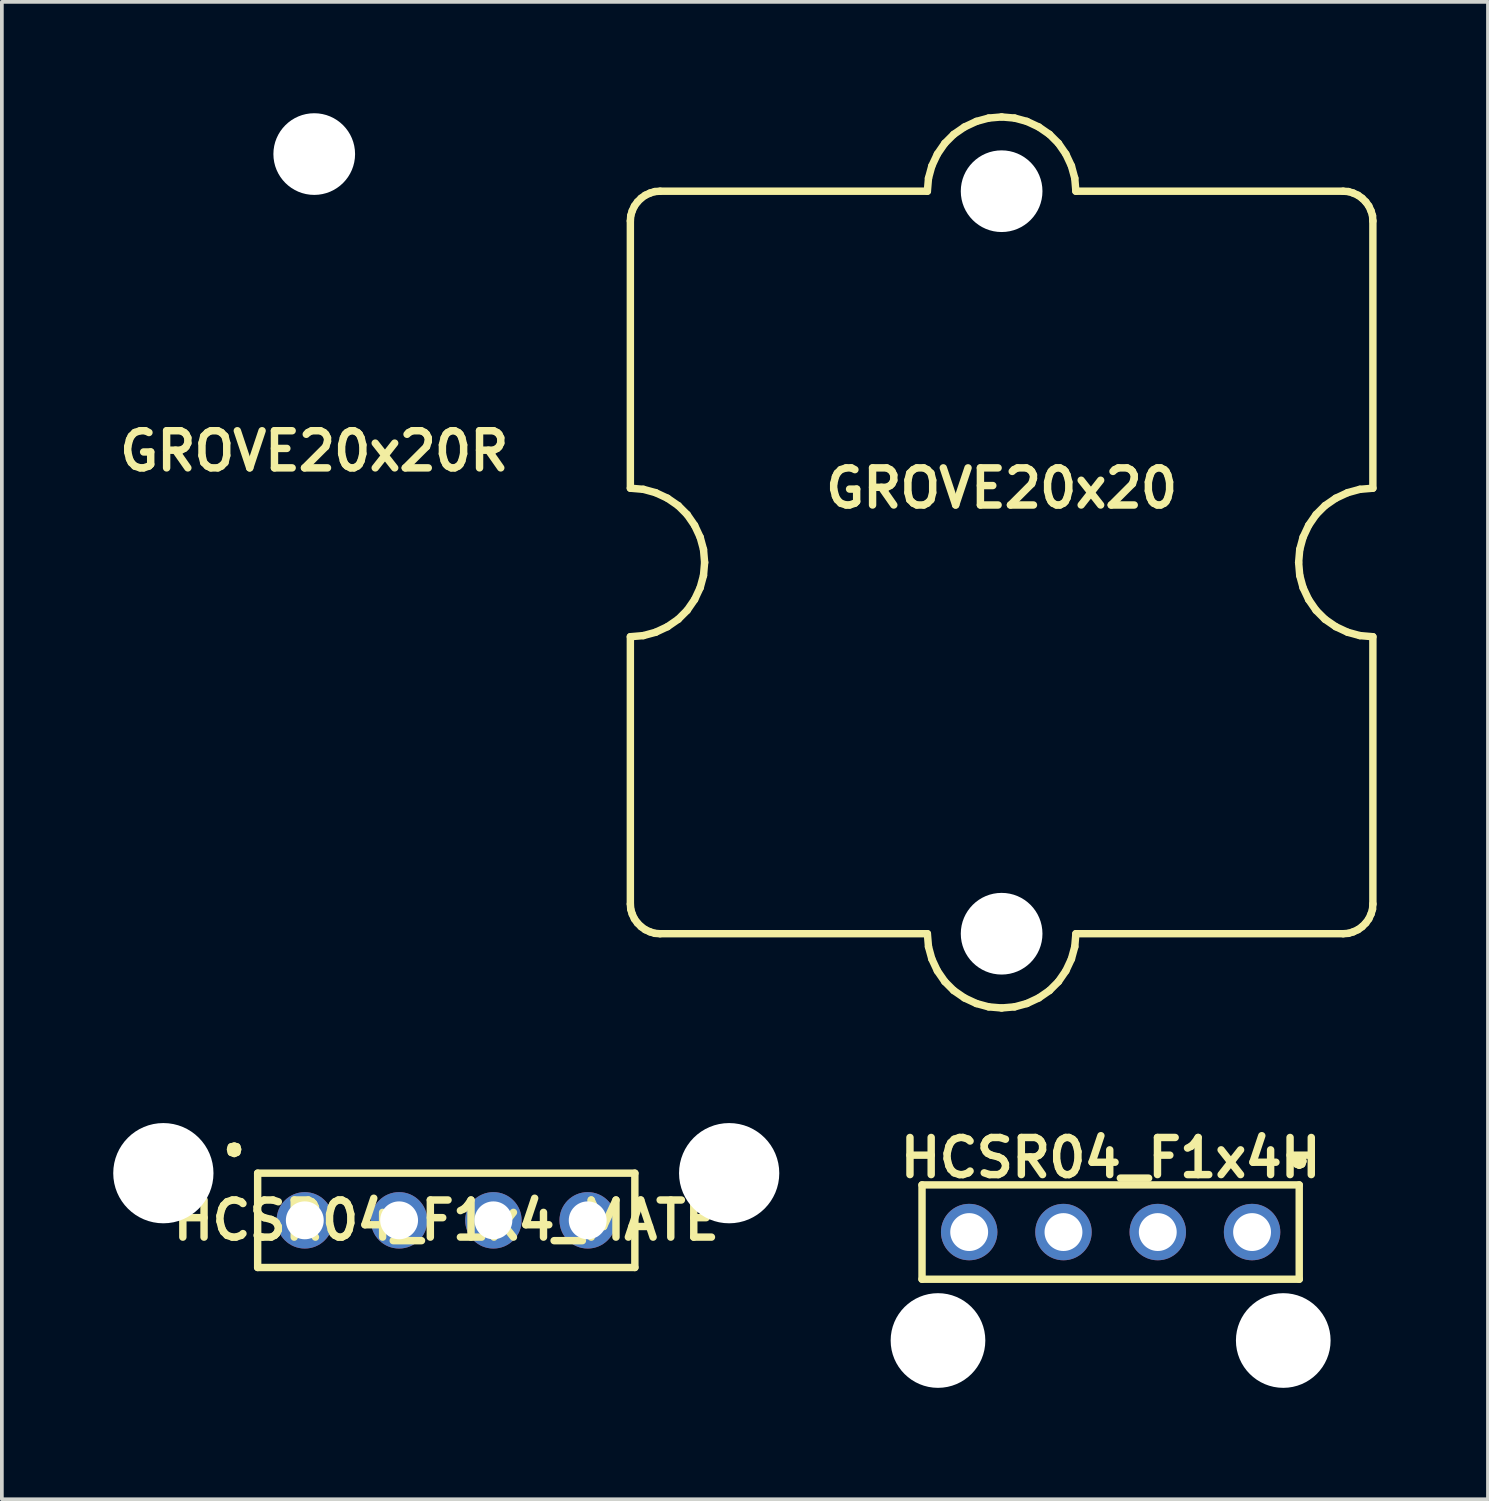
<source format=kicad_pcb>
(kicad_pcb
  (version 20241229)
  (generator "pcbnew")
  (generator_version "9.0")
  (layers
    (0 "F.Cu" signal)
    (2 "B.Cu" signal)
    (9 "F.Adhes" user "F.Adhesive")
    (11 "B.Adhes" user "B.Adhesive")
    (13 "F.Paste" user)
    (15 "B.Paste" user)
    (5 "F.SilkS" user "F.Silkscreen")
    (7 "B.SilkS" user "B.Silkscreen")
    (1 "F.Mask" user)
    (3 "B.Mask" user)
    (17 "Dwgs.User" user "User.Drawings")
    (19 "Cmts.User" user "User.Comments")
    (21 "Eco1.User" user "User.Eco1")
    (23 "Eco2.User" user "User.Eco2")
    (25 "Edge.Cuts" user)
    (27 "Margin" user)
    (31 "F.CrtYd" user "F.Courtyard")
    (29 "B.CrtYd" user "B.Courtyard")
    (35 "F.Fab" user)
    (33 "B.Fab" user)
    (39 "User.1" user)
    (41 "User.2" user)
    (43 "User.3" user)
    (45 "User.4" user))
  (footprint "HCSR04_F1x4H"
    (layer "F.Cu")
    (at 26.865 30.136)
    (property "Reference" "HCSR04_F1x4H" (at 0 -2 0) (layer "F.SilkS") (effects (font (size 1 1) (thickness 0.2))))
    (attr through_hole)
    (fp_line (start -5.08 -1.27) (end 5.08 -1.27) (stroke (width 0.2) (type solid)) (layer "F.SilkS"))
    (fp_line (start -5.08 1.27) (end -5.08 -1.27) (stroke (width 0.2) (type solid)) (layer "F.SilkS"))
    (fp_line (start 4.98 -1.91) (end 5.01 -1.83) (stroke (width 0.2) (type solid)) (layer "F.SilkS"))
    (fp_line (start 5.01 -1.98) (end 4.98 -1.91) (stroke (width 0.2) (type solid)) (layer "F.SilkS"))
    (fp_line (start 5.01 -1.83) (end 5.08 -1.8) (stroke (width 0.2) (type solid)) (layer "F.SilkS"))
    (fp_line (start 5.08 -2) (end 5.01 -1.98) (stroke (width 0.2) (type solid)) (layer "F.SilkS"))
    (fp_line (start 5.08 -1.8) (end 5.15 -1.83) (stroke (width 0.2) (type solid)) (layer "F.SilkS"))
    (fp_line (start 5.08 -1.27) (end 5.08 1.27) (stroke (width 0.2) (type solid)) (layer "F.SilkS"))
    (fp_line (start 5.08 1.27) (end -5.08 1.27) (stroke (width 0.2) (type solid)) (layer "F.SilkS"))
    (fp_line (start 5.15 -1.98) (end 5.08 -2) (stroke (width 0.2) (type solid)) (layer "F.SilkS"))
    (fp_line (start 5.15 -1.83) (end 5.18 -1.91) (stroke (width 0.2) (type solid)) (layer "F.SilkS"))
    (fp_line (start 5.18 -1.91) (end 5.15 -1.98) (stroke (width 0.2) (type solid)) (layer "F.SilkS"))
    (pad "" np_thru_hole circle (at -4.65 2.921) (size 2.55 2.55) (drill 2.55) (layers "*.Cu" "*.Mask"))
    (pad "" np_thru_hole circle (at 4.65 2.921) (size 2.55 2.55) (drill 2.55) (layers "*.Cu" "*.Mask"))
    (pad "1" thru_hole circle (at 3.81 0) (size 1.52 1.52) (drill 1.02) (layers "*.Cu" "*.Mask"))
    (pad "2" thru_hole circle (at 1.27 0) (size 1.52 1.52) (drill 1.02) (layers "*.Cu" "*.Mask"))
    (pad "3" thru_hole circle (at -1.27 0) (size 1.52 1.52) (drill 1.02) (layers "*.Cu" "*.Mask"))
    (pad "4" thru_hole circle (at -3.81 0) (size 1.52 1.52) (drill 1.02) (layers "*.Cu" "*.Mask")))
  (footprint "GROVE20x20R"
    (layer "F.Cu")
    (at 5.414 11.1)
    (property "Reference" "GROVE20x20R" (at 0 -2 0) (layer "F.SilkS") (effects (font (size 1 1) (thickness 0.2))))
    (attr through_hole)
    (pad "" np_thru_hole circle (at 0 -10) (size 2.2 2.2) (drill 2.2) (layers "*.Cu" "*.Mask")))
  (footprint "GROVE20x20"
    (layer "F.Cu")
    (at 23.929 12.1)
    (property "Reference" "GROVE20x20" (at 0 -2 0) (layer "F.SilkS") (effects (font (size 1 1) (thickness 0.2))))
    (attr through_hole)
    (fp_line (start -10 -9.2) (end -9.99 -9.34) (stroke (width 0.2) (type solid)) (layer "F.SilkS"))
    (fp_line (start -10 -2) (end -10 -9.2) (stroke (width 0.2) (type solid)) (layer "F.SilkS"))
    (fp_line (start -10 2) (end -9.65 1.97) (stroke (width 0.2) (type solid)) (layer "F.SilkS"))
    (fp_line (start -10 9.2) (end -10 2) (stroke (width 0.2) (type solid)) (layer "F.SilkS"))
    (fp_line (start -9.99 -9.34) (end -9.95 -9.47) (stroke (width 0.2) (type solid)) (layer "F.SilkS"))
    (fp_line (start -9.99 9.34) (end -10 9.2) (stroke (width 0.2) (type solid)) (layer "F.SilkS"))
    (fp_line (start -9.95 -9.47) (end -9.89 -9.6) (stroke (width 0.2) (type solid)) (layer "F.SilkS"))
    (fp_line (start -9.95 9.47) (end -9.99 9.34) (stroke (width 0.2) (type solid)) (layer "F.SilkS"))
    (fp_line (start -9.89 -9.6) (end -9.81 -9.71) (stroke (width 0.2) (type solid)) (layer "F.SilkS"))
    (fp_line (start -9.89 9.6) (end -9.95 9.47) (stroke (width 0.2) (type solid)) (layer "F.SilkS"))
    (fp_line (start -9.81 -9.71) (end -9.71 -9.81) (stroke (width 0.2) (type solid)) (layer "F.SilkS"))
    (fp_line (start -9.81 9.71) (end -9.89 9.6) (stroke (width 0.2) (type solid)) (layer "F.SilkS"))
    (fp_line (start -9.71 -9.81) (end -9.6 -9.89) (stroke (width 0.2) (type solid)) (layer "F.SilkS"))
    (fp_line (start -9.71 9.81) (end -9.81 9.71) (stroke (width 0.2) (type solid)) (layer "F.SilkS"))
    (fp_line (start -9.65 -1.97) (end -10 -2) (stroke (width 0.2) (type solid)) (layer "F.SilkS"))
    (fp_line (start -9.65 1.97) (end -9.32 1.88) (stroke (width 0.2) (type solid)) (layer "F.SilkS"))
    (fp_line (start -9.6 -9.89) (end -9.47 -9.95) (stroke (width 0.2) (type solid)) (layer "F.SilkS"))
    (fp_line (start -9.6 9.89) (end -9.71 9.81) (stroke (width 0.2) (type solid)) (layer "F.SilkS"))
    (fp_line (start -9.47 -9.95) (end -9.34 -9.99) (stroke (width 0.2) (type solid)) (layer "F.SilkS"))
    (fp_line (start -9.47 9.95) (end -9.6 9.89) (stroke (width 0.2) (type solid)) (layer "F.SilkS"))
    (fp_line (start -9.34 -9.99) (end -9.2 -10) (stroke (width 0.2) (type solid)) (layer "F.SilkS"))
    (fp_line (start -9.34 9.99) (end -9.47 9.95) (stroke (width 0.2) (type solid)) (layer "F.SilkS"))
    (fp_line (start -9.32 -1.88) (end -9.65 -1.97) (stroke (width 0.2) (type solid)) (layer "F.SilkS"))
    (fp_line (start -9.32 1.88) (end -9 1.73) (stroke (width 0.2) (type solid)) (layer "F.SilkS"))
    (fp_line (start -9.2 -10) (end -2 -10) (stroke (width 0.2) (type solid)) (layer "F.SilkS"))
    (fp_line (start -9.2 10) (end -9.34 9.99) (stroke (width 0.2) (type solid)) (layer "F.SilkS"))
    (fp_line (start -9 -1.73) (end -9.32 -1.88) (stroke (width 0.2) (type solid)) (layer "F.SilkS"))
    (fp_line (start -9 1.73) (end -8.71 1.53) (stroke (width 0.2) (type solid)) (layer "F.SilkS"))
    (fp_line (start -8.71 -1.53) (end -9 -1.73) (stroke (width 0.2) (type solid)) (layer "F.SilkS"))
    (fp_line (start -8.71 1.53) (end -8.47 1.29) (stroke (width 0.2) (type solid)) (layer "F.SilkS"))
    (fp_line (start -8.47 -1.29) (end -8.71 -1.53) (stroke (width 0.2) (type solid)) (layer "F.SilkS"))
    (fp_line (start -8.47 1.29) (end -8.27 1) (stroke (width 0.2) (type solid)) (layer "F.SilkS"))
    (fp_line (start -8.27 -1) (end -8.47 -1.29) (stroke (width 0.2) (type solid)) (layer "F.SilkS"))
    (fp_line (start -8.27 1) (end -8.12 0.68) (stroke (width 0.2) (type solid)) (layer "F.SilkS"))
    (fp_line (start -8.12 -0.68) (end -8.27 -1) (stroke (width 0.2) (type solid)) (layer "F.SilkS"))
    (fp_line (start -8.12 0.68) (end -8.03 0.35) (stroke (width 0.2) (type solid)) (layer "F.SilkS"))
    (fp_line (start -8.03 -0.35) (end -8.12 -0.68) (stroke (width 0.2) (type solid)) (layer "F.SilkS"))
    (fp_line (start -8.03 0.35) (end -8 0) (stroke (width 0.2) (type solid)) (layer "F.SilkS"))
    (fp_line (start -8 0) (end -8.03 -0.35) (stroke (width 0.2) (type solid)) (layer "F.SilkS"))
    (fp_line (start -2 -10) (end -1.97 -10.35) (stroke (width 0.2) (type solid)) (layer "F.SilkS"))
    (fp_line (start -2 10) (end -9.2 10) (stroke (width 0.2) (type solid)) (layer "F.SilkS"))
    (fp_line (start -1.97 -10.35) (end -1.88 -10.68) (stroke (width 0.2) (type solid)) (layer "F.SilkS"))
    (fp_line (start -1.97 10.35) (end -2 10) (stroke (width 0.2) (type solid)) (layer "F.SilkS"))
    (fp_line (start -1.88 -10.68) (end -1.73 -11) (stroke (width 0.2) (type solid)) (layer "F.SilkS"))
    (fp_line (start -1.88 10.68) (end -1.97 10.35) (stroke (width 0.2) (type solid)) (layer "F.SilkS"))
    (fp_line (start -1.73 -11) (end -1.53 -11.29) (stroke (width 0.2) (type solid)) (layer "F.SilkS"))
    (fp_line (start -1.73 11) (end -1.88 10.68) (stroke (width 0.2) (type solid)) (layer "F.SilkS"))
    (fp_line (start -1.53 -11.29) (end -1.29 -11.53) (stroke (width 0.2) (type solid)) (layer "F.SilkS"))
    (fp_line (start -1.53 11.29) (end -1.73 11) (stroke (width 0.2) (type solid)) (layer "F.SilkS"))
    (fp_line (start -1.29 -11.53) (end -1 -11.73) (stroke (width 0.2) (type solid)) (layer "F.SilkS"))
    (fp_line (start -1.29 11.53) (end -1.53 11.29) (stroke (width 0.2) (type solid)) (layer "F.SilkS"))
    (fp_line (start -1 -11.73) (end -0.68 -11.88) (stroke (width 0.2) (type solid)) (layer "F.SilkS"))
    (fp_line (start -1 11.73) (end -1.29 11.53) (stroke (width 0.2) (type solid)) (layer "F.SilkS"))
    (fp_line (start -0.68 -11.88) (end -0.35 -11.97) (stroke (width 0.2) (type solid)) (layer "F.SilkS"))
    (fp_line (start -0.68 11.88) (end -1 11.73) (stroke (width 0.2) (type solid)) (layer "F.SilkS"))
    (fp_line (start -0.35 -11.97) (end 0 -12) (stroke (width 0.2) (type solid)) (layer "F.SilkS"))
    (fp_line (start -0.35 11.97) (end -0.68 11.88) (stroke (width 0.2) (type solid)) (layer "F.SilkS"))
    (fp_line (start 0 -12) (end 0.35 -11.97) (stroke (width 0.2) (type solid)) (layer "F.SilkS"))
    (fp_line (start 0 12) (end -0.35 11.97) (stroke (width 0.2) (type solid)) (layer "F.SilkS"))
    (fp_line (start 0.35 -11.97) (end 0.68 -11.88) (stroke (width 0.2) (type solid)) (layer "F.SilkS"))
    (fp_line (start 0.35 11.97) (end 0 12) (stroke (width 0.2) (type solid)) (layer "F.SilkS"))
    (fp_line (start 0.68 -11.88) (end 1 -11.73) (stroke (width 0.2) (type solid)) (layer "F.SilkS"))
    (fp_line (start 0.68 11.88) (end 0.35 11.97) (stroke (width 0.2) (type solid)) (layer "F.SilkS"))
    (fp_line (start 1 -11.73) (end 1.29 -11.53) (stroke (width 0.2) (type solid)) (layer "F.SilkS"))
    (fp_line (start 1 11.73) (end 0.68 11.88) (stroke (width 0.2) (type solid)) (layer "F.SilkS"))
    (fp_line (start 1.29 -11.53) (end 1.53 -11.29) (stroke (width 0.2) (type solid)) (layer "F.SilkS"))
    (fp_line (start 1.29 11.53) (end 1 11.73) (stroke (width 0.2) (type solid)) (layer "F.SilkS"))
    (fp_line (start 1.53 -11.29) (end 1.73 -11) (stroke (width 0.2) (type solid)) (layer "F.SilkS"))
    (fp_line (start 1.53 11.29) (end 1.29 11.53) (stroke (width 0.2) (type solid)) (layer "F.SilkS"))
    (fp_line (start 1.73 -11) (end 1.88 -10.68) (stroke (width 0.2) (type solid)) (layer "F.SilkS"))
    (fp_line (start 1.73 11) (end 1.53 11.29) (stroke (width 0.2) (type solid)) (layer "F.SilkS"))
    (fp_line (start 1.88 -10.68) (end 1.97 -10.35) (stroke (width 0.2) (type solid)) (layer "F.SilkS"))
    (fp_line (start 1.88 10.68) (end 1.73 11) (stroke (width 0.2) (type solid)) (layer "F.SilkS"))
    (fp_line (start 1.97 -10.35) (end 2 -10) (stroke (width 0.2) (type solid)) (layer "F.SilkS"))
    (fp_line (start 1.97 10.35) (end 1.88 10.68) (stroke (width 0.2) (type solid)) (layer "F.SilkS"))
    (fp_line (start 2 -10) (end 9.2 -10) (stroke (width 0.2) (type solid)) (layer "F.SilkS"))
    (fp_line (start 2 10) (end 1.97 10.35) (stroke (width 0.2) (type solid)) (layer "F.SilkS"))
    (fp_line (start 8 0) (end 8.03 0.35) (stroke (width 0.2) (type solid)) (layer "F.SilkS"))
    (fp_line (start 8.03 -0.35) (end 8 0) (stroke (width 0.2) (type solid)) (layer "F.SilkS"))
    (fp_line (start 8.03 0.35) (end 8.12 0.68) (stroke (width 0.2) (type solid)) (layer "F.SilkS"))
    (fp_line (start 8.12 -0.68) (end 8.03 -0.35) (stroke (width 0.2) (type solid)) (layer "F.SilkS"))
    (fp_line (start 8.12 0.68) (end 8.27 1) (stroke (width 0.2) (type solid)) (layer "F.SilkS"))
    (fp_line (start 8.27 -1) (end 8.12 -0.68) (stroke (width 0.2) (type solid)) (layer "F.SilkS"))
    (fp_line (start 8.27 1) (end 8.47 1.29) (stroke (width 0.2) (type solid)) (layer "F.SilkS"))
    (fp_line (start 8.47 -1.29) (end 8.27 -1) (stroke (width 0.2) (type solid)) (layer "F.SilkS"))
    (fp_line (start 8.47 1.29) (end 8.71 1.53) (stroke (width 0.2) (type solid)) (layer "F.SilkS"))
    (fp_line (start 8.71 -1.53) (end 8.47 -1.29) (stroke (width 0.2) (type solid)) (layer "F.SilkS"))
    (fp_line (start 8.71 1.53) (end 9 1.73) (stroke (width 0.2) (type solid)) (layer "F.SilkS"))
    (fp_line (start 9 -1.73) (end 8.71 -1.53) (stroke (width 0.2) (type solid)) (layer "F.SilkS"))
    (fp_line (start 9 1.73) (end 9.32 1.88) (stroke (width 0.2) (type solid)) (layer "F.SilkS"))
    (fp_line (start 9.2 -10) (end 9.34 -9.99) (stroke (width 0.2) (type solid)) (layer "F.SilkS"))
    (fp_line (start 9.2 10) (end 2 10) (stroke (width 0.2) (type solid)) (layer "F.SilkS"))
    (fp_line (start 9.32 -1.88) (end 9 -1.73) (stroke (width 0.2) (type solid)) (layer "F.SilkS"))
    (fp_line (start 9.32 1.88) (end 9.65 1.97) (stroke (width 0.2) (type solid)) (layer "F.SilkS"))
    (fp_line (start 9.34 -9.99) (end 9.47 -9.95) (stroke (width 0.2) (type solid)) (layer "F.SilkS"))
    (fp_line (start 9.34 9.99) (end 9.2 10) (stroke (width 0.2) (type solid)) (layer "F.SilkS"))
    (fp_line (start 9.47 -9.95) (end 9.6 -9.89) (stroke (width 0.2) (type solid)) (layer "F.SilkS"))
    (fp_line (start 9.47 9.95) (end 9.34 9.99) (stroke (width 0.2) (type solid)) (layer "F.SilkS"))
    (fp_line (start 9.6 -9.89) (end 9.71 -9.81) (stroke (width 0.2) (type solid)) (layer "F.SilkS"))
    (fp_line (start 9.6 9.89) (end 9.47 9.95) (stroke (width 0.2) (type solid)) (layer "F.SilkS"))
    (fp_line (start 9.65 -1.97) (end 9.32 -1.88) (stroke (width 0.2) (type solid)) (layer "F.SilkS"))
    (fp_line (start 9.65 1.97) (end 10 2) (stroke (width 0.2) (type solid)) (layer "F.SilkS"))
    (fp_line (start 9.71 -9.81) (end 9.81 -9.71) (stroke (width 0.2) (type solid)) (layer "F.SilkS"))
    (fp_line (start 9.71 9.81) (end 9.6 9.89) (stroke (width 0.2) (type solid)) (layer "F.SilkS"))
    (fp_line (start 9.81 -9.71) (end 9.89 -9.6) (stroke (width 0.2) (type solid)) (layer "F.SilkS"))
    (fp_line (start 9.81 9.71) (end 9.71 9.81) (stroke (width 0.2) (type solid)) (layer "F.SilkS"))
    (fp_line (start 9.89 -9.6) (end 9.95 -9.47) (stroke (width 0.2) (type solid)) (layer "F.SilkS"))
    (fp_line (start 9.89 9.6) (end 9.81 9.71) (stroke (width 0.2) (type solid)) (layer "F.SilkS"))
    (fp_line (start 9.95 -9.47) (end 9.99 -9.34) (stroke (width 0.2) (type solid)) (layer "F.SilkS"))
    (fp_line (start 9.95 9.47) (end 9.89 9.6) (stroke (width 0.2) (type solid)) (layer "F.SilkS"))
    (fp_line (start 9.99 -9.34) (end 10 -9.2) (stroke (width 0.2) (type solid)) (layer "F.SilkS"))
    (fp_line (start 9.99 9.34) (end 9.95 9.47) (stroke (width 0.2) (type solid)) (layer "F.SilkS"))
    (fp_line (start 10 -9.2) (end 10 -2) (stroke (width 0.2) (type solid)) (layer "F.SilkS"))
    (fp_line (start 10 -2) (end 9.65 -1.97) (stroke (width 0.2) (type solid)) (layer "F.SilkS"))
    (fp_line (start 10 2) (end 10 9.2) (stroke (width 0.2) (type solid)) (layer "F.SilkS"))
    (fp_line (start 10 9.2) (end 9.99 9.34) (stroke (width 0.2) (type solid)) (layer "F.SilkS"))
    (pad "" np_thru_hole circle (at 0 -10) (size 2.2 2.2) (drill 2.2) (layers "*.Cu" "*.Mask"))
    (pad "" np_thru_hole circle (at 0 10) (size 2.2 2.2) (drill 2.2) (layers "*.Cu" "*.Mask")))
  (footprint "HCSR04_F1x4_MATE"
    (layer "F.Cu")
    (at 8.97 29.82)
    (property "Reference" "HCSR04_F1x4_MATE" (at 0 0 0) (layer "F.SilkS") (effects (font (size 1 1) (thickness 0.2))))
    (attr through_hole)
    (fp_line (start -5.81 -1.91) (end -5.79 -1.83) (stroke (width 0.2) (type solid)) (layer "F.SilkS"))
    (fp_line (start -5.79 -1.98) (end -5.81 -1.91) (stroke (width 0.2) (type solid)) (layer "F.SilkS"))
    (fp_line (start -5.79 -1.83) (end -5.71 -1.8) (stroke (width 0.2) (type solid)) (layer "F.SilkS"))
    (fp_line (start -5.71 -2) (end -5.79 -1.98) (stroke (width 0.2) (type solid)) (layer "F.SilkS"))
    (fp_line (start -5.71 -1.8) (end -5.64 -1.83) (stroke (width 0.2) (type solid)) (layer "F.SilkS"))
    (fp_line (start -5.64 -1.98) (end -5.71 -2) (stroke (width 0.2) (type solid)) (layer "F.SilkS"))
    (fp_line (start -5.64 -1.83) (end -5.62 -1.91) (stroke (width 0.2) (type solid)) (layer "F.SilkS"))
    (fp_line (start -5.62 -1.91) (end -5.64 -1.98) (stroke (width 0.2) (type solid)) (layer "F.SilkS"))
    (fp_line (start -5.08 -1.27) (end 5.08 -1.27) (stroke (width 0.2) (type solid)) (layer "F.SilkS"))
    (fp_line (start -5.08 1.27) (end -5.08 -1.27) (stroke (width 0.2) (type solid)) (layer "F.SilkS"))
    (fp_line (start 5.08 -1.27) (end 5.08 1.27) (stroke (width 0.2) (type solid)) (layer "F.SilkS"))
    (fp_line (start 5.08 1.27) (end -5.08 1.27) (stroke (width 0.2) (type solid)) (layer "F.SilkS"))
    (pad "" np_thru_hole circle (at -7.62 -1.27) (size 2.7 2.7) (drill 2.7) (layers "*.Cu" "*.Mask"))
    (pad "" np_thru_hole circle (at 7.62 -1.27) (size 2.7 2.7) (drill 2.7) (layers "*.Cu" "*.Mask"))
    (pad "1" thru_hole circle (at -3.81 0) (size 1.52 1.52) (drill 1.02) (layers "*.Cu" "*.Mask"))
    (pad "2" thru_hole circle (at -1.27 0) (size 1.52 1.52) (drill 1.02) (layers "*.Cu" "*.Mask"))
    (pad "3" thru_hole circle (at 1.27 0) (size 1.52 1.52) (drill 1.02) (layers "*.Cu" "*.Mask"))
    (pad "4" thru_hole circle (at 3.81 0) (size 1.52 1.52) (drill 1.02) (layers "*.Cu" "*.Mask")))
  (gr_rect
    (start -3 -3)
    (end 37.029 37.332)
    (stroke (width 0.1) (type default))
    (fill no)
    (layer "Edge.Cuts")))
</source>
